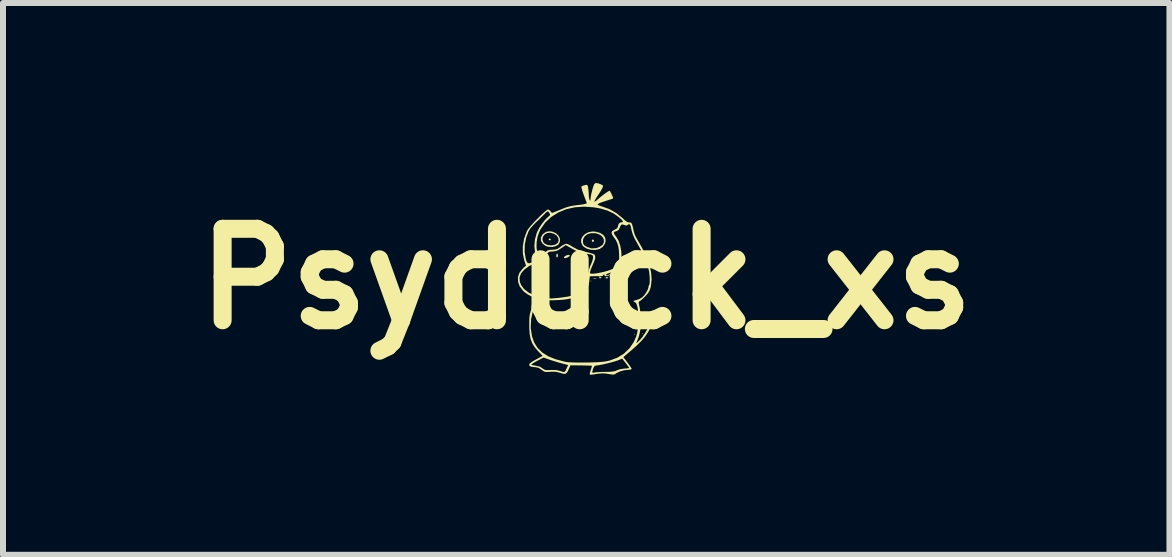
<source format=kicad_pcb>
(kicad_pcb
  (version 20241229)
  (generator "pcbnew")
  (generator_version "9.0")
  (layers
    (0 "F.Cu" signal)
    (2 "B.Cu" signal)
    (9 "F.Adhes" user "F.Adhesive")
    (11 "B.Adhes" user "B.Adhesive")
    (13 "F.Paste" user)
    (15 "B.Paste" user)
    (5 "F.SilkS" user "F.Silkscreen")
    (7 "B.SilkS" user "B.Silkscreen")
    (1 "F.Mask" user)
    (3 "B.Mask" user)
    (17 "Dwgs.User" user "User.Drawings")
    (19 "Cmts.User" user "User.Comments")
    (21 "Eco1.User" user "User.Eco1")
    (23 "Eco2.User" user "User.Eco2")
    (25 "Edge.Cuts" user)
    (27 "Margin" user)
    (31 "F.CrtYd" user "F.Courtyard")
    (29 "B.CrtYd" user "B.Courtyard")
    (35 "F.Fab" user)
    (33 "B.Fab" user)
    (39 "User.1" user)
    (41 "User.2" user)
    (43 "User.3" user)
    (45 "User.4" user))
  (footprint "Psyduck_xs"
    (layer "F.Cu")
    (at 6.72 1.598)
    (property "Reference" "Psyduck_xs" (at 0 0 0) (layer "F.SilkS") (effects (font (size 1.524 1.524) (thickness 0.3))))
    (attr board_only exclude_from_pos_files exclude_from_bom)
    (fp_poly (pts (xy 0.043 0.207) (xy 0.036 0.214) (xy 0.029 0.207) (xy 0.036 0.2)) (stroke (width 0) (type solid)) (fill yes) (layer "F.SilkS"))
    (fp_poly (pts (xy 0.086 0.036) (xy 0.079 0.043) (xy 0.071 0.036) (xy 0.079 0.029)) (stroke (width 0) (type solid)) (fill yes) (layer "F.SilkS"))
    (fp_poly (pts (xy 0.815 0.921) (xy 0.808 0.929) (xy 0.8 0.921) (xy 0.808 0.914)) (stroke (width 0) (type solid)) (fill yes) (layer "F.SilkS"))
    (fp_poly (pts (xy 0.943 0.907) (xy 0.936 0.914) (xy 0.929 0.907) (xy 0.936 0.9)) (stroke (width 0) (type solid)) (fill yes) (layer "F.SilkS"))
    (fp_poly (pts (xy 0.958 0.936) (xy 0.951 0.943) (xy 0.943 0.936) (xy 0.951 0.929)) (stroke (width 0) (type solid)) (fill yes) (layer "F.SilkS"))
    (fp_poly (pts (xy 1.015 0.679) (xy 1.008 0.686) (xy 1.001 0.679) (xy 1.008 0.671)) (stroke (width 0) (type solid)) (fill yes) (layer "F.SilkS"))
    (fp_poly (pts (xy 0.453 0.005) (xy 0.454 0.022) (xy 0.453 0.024) (xy 0.444 0.022) (xy 0.443 0.014) (xy 0.448 0.003)) (stroke (width 0) (type solid)) (fill yes) (layer "F.SilkS"))
    (fp_poly (pts (xy 0.495 0.082) (xy 0.497 0.111) (xy 0.495 0.118) (xy 0.49 0.12) (xy 0.488 0.1) (xy 0.49 0.08)) (stroke (width 0) (type solid)) (fill yes) (layer "F.SilkS"))
    (fp_poly (pts (xy 0.368 -0.025) (xy 0.366 -0.017) (xy 0.351 -0.009) (xy 0.328 -0.009) (xy 0.321 -0.015) (xy 0.326 -0.026) (xy 0.342 -0.029)) (stroke (width 0) (type solid)) (fill yes) (layer "F.SilkS"))
    (fp_poly (pts (xy 0.519 -0.118) (xy 0.522 -0.114) (xy 0.527 -0.101) (xy 0.513 -0.106) (xy 0.5 -0.114) (xy 0.489 -0.126) (xy 0.496 -0.128)) (stroke (width 0) (type solid)) (fill yes) (layer "F.SilkS"))
    (fp_poly (pts (xy -0.591 -0.662) (xy -0.589 -0.658) (xy -0.596 -0.645) (xy -0.607 -0.643) (xy -0.625 -0.65) (xy -0.626 -0.658) (xy -0.611 -0.673) (xy -0.607 -0.674)) (stroke (width 0) (type solid)) (fill yes) (layer "F.SilkS"))
    (fp_poly (pts (xy -0.475 -0.416) (xy -0.472 -0.394) (xy -0.476 -0.366) (xy -0.486 -0.357) (xy -0.498 -0.369) (xy -0.5 -0.385) (xy -0.494 -0.412) (xy -0.486 -0.421)) (stroke (width 0) (type solid)) (fill yes) (layer "F.SilkS"))
    (fp_poly (pts (xy 0.127 -0.646) (xy 0.129 -0.636) (xy 0.12 -0.616) (xy 0.1 -0.62) (xy 0.096 -0.623) (xy 0.093 -0.641) (xy 0.107 -0.656) (xy 0.115 -0.657)) (stroke (width 0) (type solid)) (fill yes) (layer "F.SilkS"))
    (fp_poly (pts (xy 0.168 -0.01) (xy 0.172 -0.006) (xy 0.153 -0.003) (xy 0.143 -0.003) (xy 0.117 -0.005) (xy 0.114 -0.009) (xy 0.118 -0.01) (xy 0.154 -0.012)) (stroke (width 0) (type solid)) (fill yes) (layer "F.SilkS"))
    (fp_poly (pts (xy 0.443 -0.042) (xy 0.431 -0.031) (xy 0.415 -0.029) (xy 0.391 -0.031) (xy 0.386 -0.034) (xy 0.398 -0.042) (xy 0.415 -0.047) (xy 0.437 -0.048)) (stroke (width 0) (type solid)) (fill yes) (layer "F.SilkS"))
    (fp_poly (pts (xy 0.502 -0.09) (xy 0.513 -0.067) (xy 0.512 -0.058) (xy 0.501 -0.049) (xy 0.496 -0.051) (xy 0.487 -0.074) (xy 0.486 -0.084) (xy 0.491 -0.097)) (stroke (width 0) (type solid)) (fill yes) (layer "F.SilkS"))
    (fp_poly (pts (xy -0.274 -0.394) (xy -0.277 -0.38) (xy -0.302 -0.362) (xy -0.308 -0.359) (xy -0.349 -0.345) (xy -0.369 -0.347) (xy -0.372 -0.357) (xy -0.36 -0.374) (xy -0.332 -0.391) (xy -0.299 -0.4) (xy -0.294 -0.4)) (stroke (width 0) (type solid)) (fill yes) (layer "F.SilkS"))
    (fp_poly (pts (xy 0.236 -0.032) (xy 0.253 -0.02) (xy 0.244 -0.012) (xy 0.237 -0.009) (xy 0.221 -0.008) (xy 0.222 -0.014) (xy 0.219 -0.027) (xy 0.213 -0.029) (xy 0.202 -0.034) (xy 0.204 -0.037) (xy 0.222 -0.038)) (stroke (width 0) (type solid)) (fill yes) (layer "F.SilkS"))
    (fp_poly (pts (xy -0.56 -0.786) (xy -0.503 -0.76) (xy -0.462 -0.72) (xy -0.439 -0.673) (xy -0.438 -0.623) (xy -0.46 -0.577) (xy -0.468 -0.569) (xy -0.509 -0.545) (xy -0.565 -0.533) (xy -0.624 -0.534) (xy -0.675 -0.548) (xy -0.678 -0.55) (xy -0.728 -0.589) (xy -0.755 -0.636) (xy -0.755 -0.654) (xy -0.73 -0.654) (xy -0.713 -0.609) (xy -0.691 -0.587) (xy -0.642 -0.564) (xy -0.581 -0.558) (xy -0.52 -0.569) (xy -0.508 -0.574) (xy -0.473 -0.602) (xy -0.46 -0.641) (xy -0.467 -0.684) (xy -0.493 -0.723) (xy -0.536 -0.751) (xy -0.599 -0.769) (xy -0.65 -0.765) (xy -0.691 -0.742) (xy -0.723 -0.701) (xy -0.73 -0.654) (xy -0.755 -0.654) (xy -0.756 -0.687) (xy -0.731 -0.736) (xy -0.721 -0.747) (xy -0.67 -0.784) (xy -0.611 -0.794)) (stroke (width 0) (type solid)) (fill yes) (layer "F.SilkS"))
    (fp_poly (pts (xy 0.154 -0.787) (xy 0.232 -0.766) (xy 0.286 -0.731) (xy 0.317 -0.685) (xy 0.323 -0.629) (xy 0.312 -0.59) (xy 0.277 -0.535) (xy 0.223 -0.498) (xy 0.152 -0.482) (xy 0.079 -0.485) (xy 0.007 -0.505) (xy -0.044 -0.537) (xy -0.064 -0.56) (xy -0.085 -0.612) (xy -0.085 -0.619) (xy -0.055 -0.619) (xy -0.049 -0.585) (xy -0.034 -0.561) (xy -0.003 -0.541) (xy 0.014 -0.532) (xy 0.089 -0.508) (xy 0.167 -0.513) (xy 0.232 -0.538) (xy 0.276 -0.572) (xy 0.295 -0.614) (xy 0.293 -0.658) (xy 0.27 -0.701) (xy 0.229 -0.736) (xy 0.17 -0.758) (xy 0.154 -0.761) (xy 0.082 -0.762) (xy 0.021 -0.745) (xy -0.025 -0.71) (xy -0.051 -0.663) (xy -0.055 -0.619) (xy -0.085 -0.619) (xy -0.083 -0.663) (xy -0.059 -0.711) (xy -0.017 -0.75) (xy 0.038 -0.778) (xy 0.103 -0.79)) (stroke (width 0) (type solid)) (fill yes) (layer "F.SilkS"))
    (fp_poly (pts (xy 0.205 -1.59) (xy 0.213 -1.588) (xy 0.252 -1.572) (xy 0.277 -1.556) (xy 0.281 -1.55) (xy 0.276 -1.53) (xy 0.259 -1.494) (xy 0.231 -1.447) (xy 0.215 -1.422) (xy 0.171 -1.356) (xy 0.145 -1.312) (xy 0.135 -1.289) (xy 0.142 -1.286) (xy 0.166 -1.303) (xy 0.187 -1.322) (xy 0.227 -1.356) (xy 0.272 -1.392) (xy 0.317 -1.425) (xy 0.356 -1.452) (xy 0.383 -1.467) (xy 0.392 -1.469) (xy 0.401 -1.455) (xy 0.417 -1.423) (xy 0.427 -1.403) (xy 0.445 -1.364) (xy 0.447 -1.343) (xy 0.44 -1.336) (xy 0.419 -1.329) (xy 0.377 -1.316) (xy 0.324 -1.299) (xy 0.303 -1.292) (xy 0.25 -1.274) (xy 0.21 -1.257) (xy 0.19 -1.244) (xy 0.189 -1.24) (xy 0.205 -1.228) (xy 0.24 -1.214) (xy 0.268 -1.205) (xy 0.389 -1.162) (xy 0.505 -1.095) (xy 0.601 -1.017) (xy 0.648 -0.973) (xy 0.683 -0.949) (xy 0.709 -0.94) (xy 0.72 -0.94) (xy 0.739 -0.94) (xy 0.753 -0.93) (xy 0.765 -0.907) (xy 0.777 -0.865) (xy 0.791 -0.801) (xy 0.794 -0.786) (xy 0.808 -0.739) (xy 0.831 -0.691) (xy 0.834 -0.686) (xy 0.929 -0.521) (xy 1.001 -0.371) (xy 1.052 -0.234) (xy 1.081 -0.109) (xy 1.09 0.007) (xy 1.079 0.115) (xy 1.073 0.142) (xy 1.056 0.194) (xy 1.028 0.24) (xy 0.984 0.29) (xy 0.981 0.293) (xy 0.942 0.331) (xy 0.909 0.36) (xy 0.888 0.374) (xy 0.887 0.374) (xy 0.876 0.382) (xy 0.875 0.403) (xy 0.883 0.442) (xy 0.884 0.446) (xy 0.894 0.496) (xy 0.9 0.541) (xy 0.901 0.553) (xy 0.904 0.595) (xy 0.916 0.616) (xy 0.94 0.617) (xy 0.98 0.597) (xy 1.015 0.575) (xy 1.06 0.547) (xy 1.098 0.529) (xy 1.122 0.523) (xy 1.123 0.524) (xy 1.14 0.545) (xy 1.141 0.589) (xy 1.127 0.656) (xy 1.108 0.715) (xy 1.074 0.804) (xy 1.034 0.882) (xy 0.986 0.955) (xy 0.925 1.028) (xy 0.849 1.104) (xy 0.752 1.191) (xy 0.735 1.205) (xy 0.619 1.304) (xy 0.688 1.395) (xy 0.721 1.44) (xy 0.745 1.476) (xy 0.757 1.498) (xy 0.758 1.501) (xy 0.745 1.51) (xy 0.715 1.515) (xy 0.711 1.515) (xy 0.639 1.522) (xy 0.569 1.54) (xy 0.512 1.566) (xy 0.501 1.573) (xy 0.477 1.589) (xy 0.453 1.595) (xy 0.421 1.593) (xy 0.374 1.585) (xy 0.315 1.576) (xy 0.257 1.575) (xy 0.19 1.581) (xy 0.111 1.594) (xy 0.074 1.598) (xy 0.059 1.592) (xy 0.058 1.584) (xy 0.062 1.562) (xy 0.102 1.562) (xy 0.116 1.566) (xy 0.125 1.563) (xy 0.149 1.558) (xy 0.195 1.554) (xy 0.255 1.551) (xy 0.307 1.55) (xy 0.385 1.549) (xy 0.44 1.544) (xy 0.48 1.537) (xy 0.511 1.524) (xy 0.513 1.523) (xy 0.558 1.507) (xy 0.615 1.497) (xy 0.638 1.495) (xy 0.68 1.492) (xy 0.708 1.487) (xy 0.715 1.483) (xy 0.706 1.468) (xy 0.685 1.438) (xy 0.657 1.402) (xy 0.6 1.329) (xy 0.528 1.358) (xy 0.479 1.374) (xy 0.416 1.392) (xy 0.345 1.41) (xy 0.276 1.426) (xy 0.216 1.437) (xy 0.174 1.443) (xy 0.167 1.443) (xy 0.14 1.452) (xy 0.12 1.482) (xy 0.117 1.49) (xy 0.103 1.538) (xy 0.102 1.562) (xy 0.062 1.562) (xy 0.063 1.559) (xy 0.074 1.52) (xy 0.079 1.508) (xy 0.09 1.472) (xy 0.096 1.45) (xy 0.095 1.448) (xy 0.081 1.446) (xy 0.043 1.445) (xy -0.012 1.443) (xy -0.079 1.442) (xy -0.085 1.442) (xy -0.263 1.44) (xy -0.295 1.513) (xy -0.317 1.556) (xy -0.34 1.579) (xy -0.37 1.584) (xy -0.416 1.573) (xy -0.445 1.563) (xy -0.507 1.548) (xy -0.58 1.547) (xy -0.6 1.549) (xy -0.652 1.552) (xy -0.686 1.549) (xy -0.713 1.538) (xy -0.743 1.516) (xy -0.746 1.514) (xy -0.792 1.484) (xy -0.839 1.472) (xy -0.862 1.471) (xy -0.914 1.465) (xy -0.945 1.449) (xy -0.952 1.432) (xy -0.95 1.429) (xy -0.915 1.429) (xy -0.902 1.436) (xy -0.869 1.443) (xy -0.844 1.446) (xy -0.771 1.464) (xy -0.731 1.489) (xy -0.705 1.508) (xy -0.679 1.518) (xy -0.644 1.521) (xy -0.591 1.518) (xy -0.502 1.519) (xy -0.436 1.534) (xy -0.392 1.549) (xy -0.367 1.552) (xy -0.35 1.54) (xy -0.334 1.508) (xy -0.329 1.496) (xy -0.301 1.436) (xy -0.394 1.412) (xy -0.455 1.395) (xy -0.528 1.373) (xy -0.596 1.351) (xy -0.599 1.35) (xy -0.711 1.311) (xy -0.813 1.364) (xy -0.86 1.39) (xy -0.896 1.412) (xy -0.914 1.427) (xy -0.915 1.429) (xy -0.95 1.429) (xy -0.944 1.414) (xy -0.919 1.391) (xy -0.872 1.362) (xy -0.81 1.328) (xy -0.727 1.283) (xy -0.804 1.202) (xy -0.86 1.137) (xy -0.9 1.072) (xy -0.927 1.001) (xy -0.943 0.917) (xy -0.949 0.813) (xy -0.949 0.796) (xy -0.925 0.796) (xy -0.924 0.824) (xy -0.905 0.951) (xy -0.868 1.059) (xy -0.811 1.15) (xy -0.733 1.227) (xy -0.633 1.29) (xy -0.508 1.34) (xy -0.359 1.379) (xy -0.336 1.384) (xy -0.299 1.388) (xy -0.239 1.392) (xy -0.163 1.394) (xy -0.076 1.394) (xy 0.007 1.394) (xy 0.115 1.391) (xy 0.201 1.388) (xy 0.269 1.382) (xy 0.326 1.375) (xy 0.376 1.364) (xy 0.391 1.361) (xy 0.517 1.314) (xy 0.628 1.246) (xy 0.721 1.157) (xy 0.787 1.06) (xy 0.836 1.06) (xy 0.838 1.069) (xy 0.855 1.057) (xy 0.889 1.023) (xy 0.901 1.011) (xy 0.941 0.963) (xy 0.98 0.904) (xy 1.018 0.839) (xy 1.052 0.772) (xy 1.081 0.707) (xy 1.102 0.649) (xy 1.114 0.602) (xy 1.114 0.57) (xy 1.102 0.557) (xy 1.101 0.557) (xy 1.082 0.565) (xy 1.049 0.585) (xy 1.009 0.612) (xy 0.97 0.64) (xy 0.939 0.665) (xy 0.926 0.678) (xy 0.919 0.701) (xy 0.915 0.739) (xy 0.915 0.75) (xy 0.91 0.808) (xy 0.897 0.877) (xy 0.88 0.948) (xy 0.86 1.007) (xy 0.85 1.029) (xy 0.836 1.06) (xy 0.787 1.06) (xy 0.793 1.05) (xy 0.833 0.96) (xy 0.85 0.895) (xy 0.862 0.818) (xy 0.869 0.734) (xy 0.871 0.65) (xy 0.867 0.57) (xy 0.859 0.498) (xy 0.847 0.441) (xy 0.83 0.403) (xy 0.813 0.389) (xy 0.789 0.378) (xy 0.792 0.366) (xy 0.821 0.355) (xy 0.84 0.351) (xy 0.887 0.335) (xy 0.932 0.308) (xy 0.938 0.303) (xy 0.968 0.271) (xy 0.997 0.23) (xy 1.021 0.187) (xy 1.036 0.151) (xy 1.037 0.129) (xy 1.04 0.114) (xy 1.045 0.111) (xy 1.054 0.094) (xy 1.058 0.051) (xy 1.059 -0.012) (xy 1.05 -0.113) (xy 1.026 -0.218) (xy 0.985 -0.333) (xy 0.925 -0.459) (xy 0.848 -0.597) (xy 0.804 -0.677) (xy 0.775 -0.744) (xy 0.757 -0.804) (xy 0.753 -0.823) (xy 0.741 -0.879) (xy 0.727 -0.907) (xy 0.709 -0.912) (xy 0.689 -0.898) (xy 0.669 -0.888) (xy 0.638 -0.896) (xy 0.635 -0.898) (xy 0.602 -0.908) (xy 0.581 -0.901) (xy 0.565 -0.87) (xy 0.558 -0.851) (xy 0.539 -0.814) (xy 0.508 -0.797) (xy 0.5 -0.795) (xy 0.47 -0.785) (xy 0.46 -0.769) (xy 0.471 -0.741) (xy 0.501 -0.699) (xy 0.502 -0.698) (xy 0.54 -0.634) (xy 0.568 -0.551) (xy 0.585 -0.449) (xy 0.591 -0.324) (xy 0.588 -0.174) (xy 0.583 -0.105) (xy 0.577 -0.011) (xy 0.574 0.06) (xy 0.574 0.112) (xy 0.577 0.151) (xy 0.583 0.182) (xy 0.584 0.186) (xy 0.594 0.227) (xy 0.595 0.25) (xy 0.587 0.252) (xy 0.573 0.229) (xy 0.57 0.223) (xy 0.555 0.199) (xy 0.543 0.201) (xy 0.541 0.203) (xy 0.533 0.207) (xy 0.532 0.186) (xy 0.534 0.12) (xy 0.531 0.065) (xy 0.525 0.027) (xy 0.516 0.009) (xy 0.511 0.009) (xy 0.505 0.007) (xy 0.515 -0.013) (xy 0.518 -0.018) (xy 0.536 -0.063) (xy 0.541 -0.112) (xy 0.539 -0.169) (xy 0.492 -0.147) (xy 0.459 -0.124) (xy 0.453 -0.102) (xy 0.455 -0.088) (xy 0.447 -0.096) (xy 0.432 -0.106) (xy 0.402 -0.103) (xy 0.382 -0.097) (xy 0.348 -0.084) (xy 0.33 -0.072) (xy 0.329 -0.069) (xy 0.331 -0.059) (xy 0.344 -0.059) (xy 0.374 -0.07) (xy 0.381 -0.072) (xy 0.407 -0.08) (xy 0.409 -0.074) (xy 0.407 -0.073) (xy 0.386 -0.06) (xy 0.356 -0.05) (xy 0.327 -0.046) (xy 0.308 -0.047) (xy 0.306 -0.055) (xy 0.305 -0.069) (xy 0.293 -0.071) (xy 0.278 -0.065) (xy 0.279 -0.057) (xy 0.274 -0.047) (xy 0.248 -0.045) (xy 0.209 -0.046) (xy 0.158 -0.046) (xy 0.134 -0.045) (xy 0.06 -0.043) (xy 0.05 0.045) (xy 0.041 0.1) (xy 0.026 0.14) (xy -0.002 0.177) (xy -0.017 0.194) (xy -0.082 0.251) (xy -0.162 0.295) (xy -0.262 0.326) (xy -0.311 0.337) (xy -0.375 0.346) (xy -0.453 0.352) (xy -0.537 0.356) (xy -0.619 0.357) (xy -0.692 0.354) (xy -0.748 0.348) (xy -0.767 0.344) (xy -0.794 0.338) (xy -0.812 0.343) (xy -0.826 0.365) (xy -0.841 0.398) (xy -0.889 0.534) (xy -0.918 0.669) (xy -0.925 0.796) (xy -0.949 0.796) (xy -0.949 0.779) (xy -0.949 0.703) (xy -0.947 0.646) (xy -0.941 0.598) (xy -0.929 0.55) (xy -0.911 0.492) (xy -0.9 0.462) (xy -0.85 0.317) (xy -0.922 0.287) (xy -0.976 0.258) (xy -1.03 0.219) (xy -1.054 0.196) (xy -1.109 0.124) (xy -1.136 0.048) (xy -1.138 -0.027) (xy -1.111 -0.027) (xy -1.108 0.042) (xy -1.087 0.099) (xy -1.035 0.17) (xy -0.958 0.229) (xy -0.86 0.275) (xy -0.74 0.308) (xy -0.602 0.326) (xy -0.6 0.326) (xy -0.578 0.326) (xy -0.534 0.323) (xy -0.476 0.318) (xy -0.436 0.314) (xy -0.298 0.294) (xy -0.185 0.263) (xy -0.099 0.221) (xy -0.038 0.167) (xy -0.002 0.102) (xy 0.007 0.062) (xy 0.023 -0.05) (xy 0.041 -0.138) (xy 0.063 -0.206) (xy 0.08 -0.245) (xy 0.1 -0.293) (xy 0.112 -0.338) (xy 0.114 -0.356) (xy 0.113 -0.379) (xy 0.105 -0.394) (xy 0.086 -0.404) (xy 0.049 -0.412) (xy -0.01 -0.419) (xy -0.02 -0.421) (xy -0.097 -0.439) (xy -0.188 -0.477) (xy -0.288 -0.532) (xy -0.341 -0.563) (xy -0.418 -0.51) (xy -0.469 -0.478) (xy -0.512 -0.462) (xy -0.556 -0.457) (xy -0.561 -0.457) (xy -0.599 -0.455) (xy -0.625 -0.447) (xy -0.65 -0.426) (xy -0.681 -0.387) (xy -0.681 -0.387) (xy -0.72 -0.343) (xy -0.763 -0.31) (xy -0.821 -0.279) (xy -0.841 -0.27) (xy -0.951 -0.214) (xy -1.032 -0.155) (xy -1.085 -0.093) (xy -1.111 -0.027) (xy -1.138 -0.027) (xy -1.138 -0.029) (xy -1.113 -0.102) (xy -1.061 -0.168) (xy -1.057 -0.172) (xy -1.003 -0.222) (xy -1.032 -0.307) (xy -1.056 -0.42) (xy -1.056 -0.448) (xy -1.027 -0.448) (xy -1.008 -0.336) (xy -1.007 -0.331) (xy -0.991 -0.285) (xy -0.972 -0.263) (xy -0.943 -0.261) (xy -0.899 -0.276) (xy -0.859 -0.292) (xy -0.827 -0.304) (xy -0.825 -0.305) (xy -0.809 -0.313) (xy -0.808 -0.328) (xy -0.822 -0.357) (xy -0.853 -0.446) (xy -0.861 -0.517) (xy -0.828 -0.517) (xy -0.813 -0.436) (xy -0.803 -0.41) (xy -0.78 -0.367) (xy -0.758 -0.352) (xy -0.735 -0.364) (xy -0.71 -0.4) (xy -0.678 -0.447) (xy -0.647 -0.473) (xy -0.606 -0.484) (xy -0.566 -0.486) (xy -0.516 -0.489) (xy -0.478 -0.501) (xy -0.438 -0.527) (xy -0.427 -0.536) (xy -0.387 -0.564) (xy -0.349 -0.582) (xy -0.332 -0.586) (xy -0.303 -0.578) (xy -0.262 -0.557) (xy -0.228 -0.535) (xy -0.149 -0.492) (xy -0.06 -0.462) (xy 0.018 -0.444) (xy 0.073 -0.43) (xy 0.108 -0.42) (xy 0.13 -0.41) (xy 0.141 -0.4) (xy 0.146 -0.388) (xy 0.149 -0.377) (xy 0.149 -0.339) (xy 0.131 -0.285) (xy 0.117 -0.253) (xy 0.094 -0.201) (xy 0.076 -0.154) (xy 0.066 -0.125) (xy 0.062 -0.099) (xy 0.072 -0.088) (xy 0.101 -0.086) (xy 0.109 -0.086) (xy 0.147 -0.089) (xy 0.202 -0.098) (xy 0.265 -0.111) (xy 0.284 -0.115) (xy 0.351 -0.133) (xy 0.417 -0.156) (xy 0.47 -0.179) (xy 0.479 -0.183) (xy 0.55 -0.222) (xy 0.549 -0.365) (xy 0.546 -0.46) (xy 0.536 -0.535) (xy 0.519 -0.595) (xy 0.493 -0.648) (xy 0.463 -0.69) (xy 0.431 -0.738) (xy 0.421 -0.772) (xy 0.435 -0.798) (xy 0.472 -0.82) (xy 0.479 -0.822) (xy 0.515 -0.844) (xy 0.529 -0.87) (xy 0.529 -0.876) (xy 0.54 -0.917) (xy 0.569 -0.94) (xy 0.589 -0.943) (xy 0.61 -0.947) (xy 0.61 -0.962) (xy 0.588 -0.989) (xy 0.544 -1.028) (xy 0.455 -1.091) (xy 0.354 -1.139) (xy 0.237 -1.173) (xy 0.13 -1.192) (xy -0.035 -1.204) (xy -0.192 -1.193) (xy -0.337 -1.16) (xy -0.469 -1.105) (xy -0.585 -1.031) (xy -0.683 -0.939) (xy -0.761 -0.828) (xy -0.78 -0.789) (xy -0.811 -0.704) (xy -0.827 -0.61) (xy -0.828 -0.517) (xy -0.861 -0.517) (xy -0.864 -0.547) (xy -0.855 -0.655) (xy -0.826 -0.761) (xy -0.814 -0.791) (xy -0.782 -0.851) (xy -0.739 -0.916) (xy -0.692 -0.976) (xy -0.648 -1.022) (xy -0.639 -1.029) (xy -0.61 -1.054) (xy -0.602 -1.074) (xy -0.614 -1.098) (xy -0.621 -1.108) (xy -0.634 -1.123) (xy -0.647 -1.124) (xy -0.667 -1.109) (xy -0.697 -1.079) (xy -0.736 -1.04) (xy -0.785 -0.992) (xy -0.835 -0.944) (xy -0.841 -0.939) (xy -0.886 -0.893) (xy -0.926 -0.847) (xy -0.953 -0.809) (xy -0.956 -0.803) (xy -1 -0.69) (xy -1.024 -0.569) (xy -1.027 -0.448) (xy -1.056 -0.448) (xy -1.057 -0.542) (xy -1.036 -0.666) (xy -0.993 -0.786) (xy -0.983 -0.807) (xy -0.963 -0.837) (xy -0.929 -0.879) (xy -0.884 -0.929) (xy -0.833 -0.983) (xy -0.78 -1.036) (xy -0.73 -1.084) (xy -0.686 -1.123) (xy -0.654 -1.149) (xy -0.637 -1.157) (xy -0.613 -1.146) (xy -0.597 -1.129) (xy -0.579 -1.106) (xy -0.568 -1.1) (xy -0.551 -1.105) (xy -0.514 -1.12) (xy -0.463 -1.14) (xy -0.423 -1.157) (xy -0.345 -1.188) (xy -0.276 -1.209) (xy -0.203 -1.223) (xy -0.137 -1.231) (xy -0.064 -1.24) (xy -0.015 -1.25) (xy 0.008 -1.259) (xy 0.01 -1.263) (xy 0.002 -1.283) (xy -0.012 -1.322) (xy -0.032 -1.374) (xy -0.043 -1.404) (xy -0.065 -1.467) (xy -0.078 -1.513) (xy -0.079 -1.539) (xy -0.078 -1.542) (xy -0.055 -1.553) (xy -0.02 -1.563) (xy 0.007 -1.568) (xy 0.021 -1.561) (xy 0.029 -1.537) (xy 0.034 -1.506) (xy 0.04 -1.452) (xy 0.043 -1.4) (xy 0.043 -1.387) (xy 0.047 -1.347) (xy 0.056 -1.316) (xy 0.057 -1.314) (xy 0.068 -1.303) (xy 0.071 -1.318) (xy 0.071 -1.326) (xy 0.075 -1.365) (xy 0.085 -1.419) (xy 0.099 -1.476) (xy 0.114 -1.529) (xy 0.128 -1.568) (xy 0.135 -1.58) (xy 0.15 -1.595) (xy 0.17 -1.598)) (stroke (width 0) (type solid)) (fill yes) (layer "F.SilkS")))
  (gr_rect
    (start -3 -3)
    (end 16.44 6.196)
    (stroke (width 0.1) (type default))
    (fill no)
    (layer "Edge.Cuts")))
</source>
